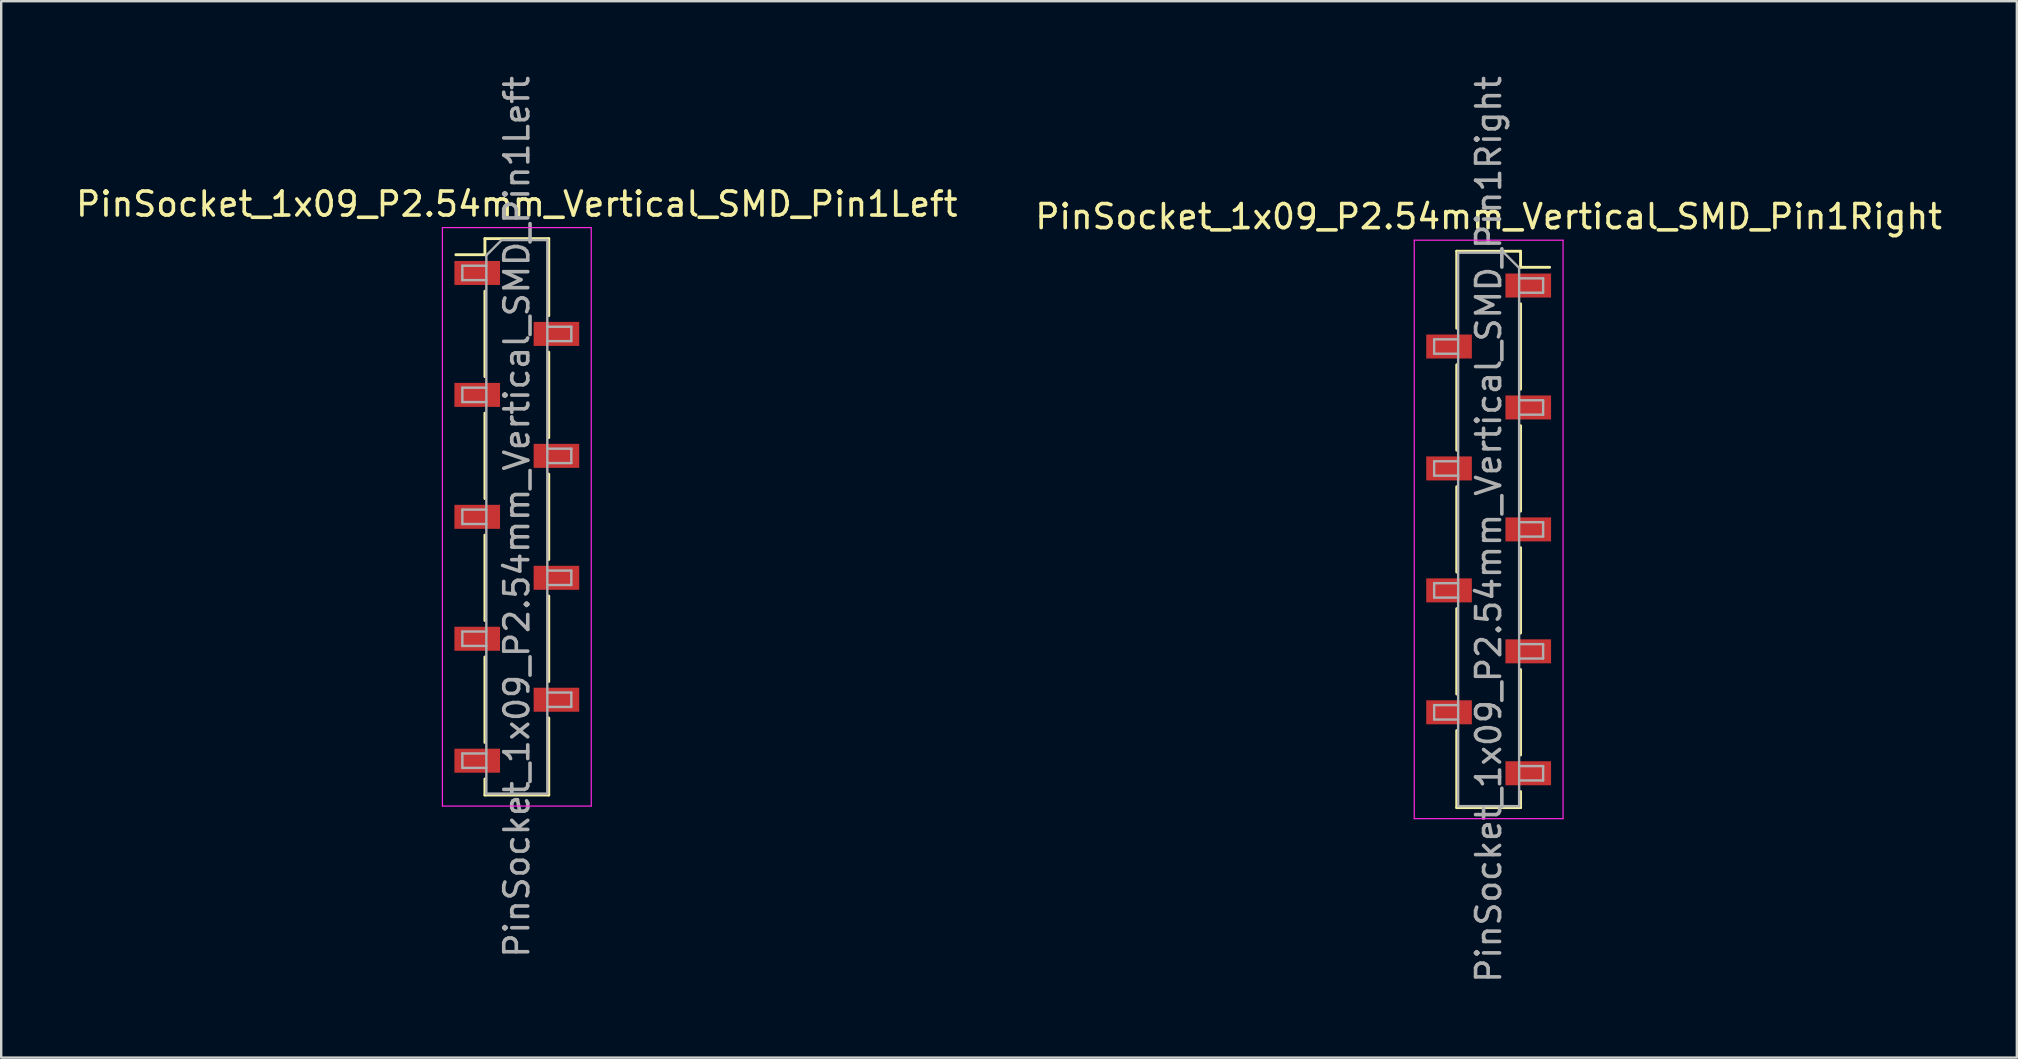
<source format=kicad_pcb>
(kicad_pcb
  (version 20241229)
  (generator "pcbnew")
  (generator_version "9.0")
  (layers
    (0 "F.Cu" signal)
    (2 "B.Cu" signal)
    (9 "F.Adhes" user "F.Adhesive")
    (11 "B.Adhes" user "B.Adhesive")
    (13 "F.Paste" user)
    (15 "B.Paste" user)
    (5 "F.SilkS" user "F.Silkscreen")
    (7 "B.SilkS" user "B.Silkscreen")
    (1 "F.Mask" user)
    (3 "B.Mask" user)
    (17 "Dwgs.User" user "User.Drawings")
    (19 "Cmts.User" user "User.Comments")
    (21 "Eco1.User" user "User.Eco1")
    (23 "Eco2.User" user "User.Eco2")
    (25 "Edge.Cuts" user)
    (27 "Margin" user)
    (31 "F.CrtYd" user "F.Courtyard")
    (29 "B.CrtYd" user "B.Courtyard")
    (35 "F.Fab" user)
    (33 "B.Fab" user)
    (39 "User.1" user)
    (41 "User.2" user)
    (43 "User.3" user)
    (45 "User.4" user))
  (footprint "PinSocket_1x09_P2.54mm_Vertical_SMD_Pin1Left"
    (layer "F.Cu")
    (at 18.482 18.482)
    (property "Reference" "PinSocket_1x09_P2.54mm_Vertical_SMD_Pin1Left" (at 0 -13.03 0) (layer "F.SilkS") (effects (font (size 1 1) (thickness 0.15))))
    (attr smd)
    (fp_line (start -2.54 -10.92) (end -1.33 -10.92) (stroke (width 0.12) (type solid)) (layer "F.SilkS"))
    (fp_line (start -1.33 -11.59) (end -1.33 -10.92) (stroke (width 0.12) (type solid)) (layer "F.SilkS"))
    (fp_line (start -1.33 -11.59) (end 1.33 -11.59) (stroke (width 0.12) (type solid)) (layer "F.SilkS"))
    (fp_line (start -1.33 -9.4) (end -1.33 -5.84) (stroke (width 0.12) (type solid)) (layer "F.SilkS"))
    (fp_line (start -1.33 -4.32) (end -1.33 -0.76) (stroke (width 0.12) (type solid)) (layer "F.SilkS"))
    (fp_line (start -1.33 0.76) (end -1.33 4.32) (stroke (width 0.12) (type solid)) (layer "F.SilkS"))
    (fp_line (start -1.33 5.84) (end -1.33 9.4) (stroke (width 0.12) (type solid)) (layer "F.SilkS"))
    (fp_line (start -1.33 10.92) (end -1.33 11.59) (stroke (width 0.12) (type solid)) (layer "F.SilkS"))
    (fp_line (start -1.33 11.59) (end 1.33 11.59) (stroke (width 0.12) (type solid)) (layer "F.SilkS"))
    (fp_line (start 1.33 -11.59) (end 1.33 -8.38) (stroke (width 0.12) (type solid)) (layer "F.SilkS"))
    (fp_line (start 1.33 -6.86) (end 1.33 -3.3) (stroke (width 0.12) (type solid)) (layer "F.SilkS"))
    (fp_line (start 1.33 -1.78) (end 1.33 1.78) (stroke (width 0.12) (type solid)) (layer "F.SilkS"))
    (fp_line (start 1.33 3.3) (end 1.33 6.86) (stroke (width 0.12) (type solid)) (layer "F.SilkS"))
    (fp_line (start 1.33 8.38) (end 1.33 11.59) (stroke (width 0.12) (type solid)) (layer "F.SilkS"))
    (fp_line (start -3.1 -12.05) (end 3.1 -12.05) (stroke (width 0.05) (type solid)) (layer "F.CrtYd"))
    (fp_line (start -3.1 12.05) (end -3.1 -12.05) (stroke (width 0.05) (type solid)) (layer "F.CrtYd"))
    (fp_line (start 3.1 -12.05) (end 3.1 12.05) (stroke (width 0.05) (type solid)) (layer "F.CrtYd"))
    (fp_line (start 3.1 12.05) (end -3.1 12.05) (stroke (width 0.05) (type solid)) (layer "F.CrtYd"))
    (fp_line (start -2.27 -10.46) (end -1.27 -10.46) (stroke (width 0.1) (type solid)) (layer "F.Fab"))
    (fp_line (start -2.27 -9.86) (end -2.27 -10.46) (stroke (width 0.1) (type solid)) (layer "F.Fab"))
    (fp_line (start -2.27 -5.38) (end -1.27 -5.38) (stroke (width 0.1) (type solid)) (layer "F.Fab"))
    (fp_line (start -2.27 -4.78) (end -2.27 -5.38) (stroke (width 0.1) (type solid)) (layer "F.Fab"))
    (fp_line (start -2.27 -0.3) (end -1.27 -0.3) (stroke (width 0.1) (type solid)) (layer "F.Fab"))
    (fp_line (start -2.27 0.3) (end -2.27 -0.3) (stroke (width 0.1) (type solid)) (layer "F.Fab"))
    (fp_line (start -2.27 4.78) (end -1.27 4.78) (stroke (width 0.1) (type solid)) (layer "F.Fab"))
    (fp_line (start -2.27 5.38) (end -2.27 4.78) (stroke (width 0.1) (type solid)) (layer "F.Fab"))
    (fp_line (start -2.27 9.86) (end -1.27 9.86) (stroke (width 0.1) (type solid)) (layer "F.Fab"))
    (fp_line (start -2.27 10.46) (end -2.27 9.86) (stroke (width 0.1) (type solid)) (layer "F.Fab"))
    (fp_line (start -1.27 -10.895) (end -0.635 -11.53) (stroke (width 0.1) (type solid)) (layer "F.Fab"))
    (fp_line (start -1.27 -9.86) (end -2.27 -9.86) (stroke (width 0.1) (type solid)) (layer "F.Fab"))
    (fp_line (start -1.27 -4.78) (end -2.27 -4.78) (stroke (width 0.1) (type solid)) (layer "F.Fab"))
    (fp_line (start -1.27 0.3) (end -2.27 0.3) (stroke (width 0.1) (type solid)) (layer "F.Fab"))
    (fp_line (start -1.27 5.38) (end -2.27 5.38) (stroke (width 0.1) (type solid)) (layer "F.Fab"))
    (fp_line (start -1.27 10.46) (end -2.27 10.46) (stroke (width 0.1) (type solid)) (layer "F.Fab"))
    (fp_line (start -1.27 11.53) (end -1.27 -10.895) (stroke (width 0.1) (type solid)) (layer "F.Fab"))
    (fp_line (start -0.635 -11.53) (end 1.27 -11.53) (stroke (width 0.1) (type solid)) (layer "F.Fab"))
    (fp_line (start 1.27 -11.53) (end 1.27 11.53) (stroke (width 0.1) (type solid)) (layer "F.Fab"))
    (fp_line (start 1.27 -7.92) (end 2.27 -7.92) (stroke (width 0.1) (type solid)) (layer "F.Fab"))
    (fp_line (start 1.27 -2.84) (end 2.27 -2.84) (stroke (width 0.1) (type solid)) (layer "F.Fab"))
    (fp_line (start 1.27 2.24) (end 2.27 2.24) (stroke (width 0.1) (type solid)) (layer "F.Fab"))
    (fp_line (start 1.27 7.32) (end 2.27 7.32) (stroke (width 0.1) (type solid)) (layer "F.Fab"))
    (fp_line (start 1.27 11.53) (end -1.27 11.53) (stroke (width 0.1) (type solid)) (layer "F.Fab"))
    (fp_line (start 2.27 -7.92) (end 2.27 -7.32) (stroke (width 0.1) (type solid)) (layer "F.Fab"))
    (fp_line (start 2.27 -7.32) (end 1.27 -7.32) (stroke (width 0.1) (type solid)) (layer "F.Fab"))
    (fp_line (start 2.27 -2.84) (end 2.27 -2.24) (stroke (width 0.1) (type solid)) (layer "F.Fab"))
    (fp_line (start 2.27 -2.24) (end 1.27 -2.24) (stroke (width 0.1) (type solid)) (layer "F.Fab"))
    (fp_line (start 2.27 2.24) (end 2.27 2.84) (stroke (width 0.1) (type solid)) (layer "F.Fab"))
    (fp_line (start 2.27 2.84) (end 1.27 2.84) (stroke (width 0.1) (type solid)) (layer "F.Fab"))
    (fp_line (start 2.27 7.32) (end 2.27 7.92) (stroke (width 0.1) (type solid)) (layer "F.Fab"))
    (fp_line (start 2.27 7.92) (end 1.27 7.92) (stroke (width 0.1) (type solid)) (layer "F.Fab"))
    (fp_text user "${REFERENCE}" (at 0 0 90) (layer "F.Fab") (effects (font (size 1 1) (thickness 0.15))))
    (pad "1" smd rect (at -1.65 -10.16) (size 1.9 1) (layers "F.Cu" "F.Mask" "F.Paste"))
    (pad "2" smd rect (at 1.65 -7.62) (size 1.9 1) (layers "F.Cu" "F.Mask" "F.Paste"))
    (pad "3" smd rect (at -1.65 -5.08) (size 1.9 1) (layers "F.Cu" "F.Mask" "F.Paste"))
    (pad "4" smd rect (at 1.65 -2.54) (size 1.9 1) (layers "F.Cu" "F.Mask" "F.Paste"))
    (pad "5" smd rect (at -1.65 0) (size 1.9 1) (layers "F.Cu" "F.Mask" "F.Paste"))
    (pad "6" smd rect (at 1.65 2.54) (size 1.9 1) (layers "F.Cu" "F.Mask" "F.Paste"))
    (pad "7" smd rect (at -1.65 5.08) (size 1.9 1) (layers "F.Cu" "F.Mask" "F.Paste"))
    (pad "8" smd rect (at 1.65 7.62) (size 1.9 1) (layers "F.Cu" "F.Mask" "F.Paste"))
    (pad "9" smd rect (at -1.65 10.16) (size 1.9 1) (layers "F.Cu" "F.Mask" "F.Paste")))
  (footprint "PinSocket_1x09_P2.54mm_Vertical_SMD_Pin1Right"
    (layer "F.Cu")
    (at 58.97 19.006)
    (property "Reference" "PinSocket_1x09_P2.54mm_Vertical_SMD_Pin1Right" (at 0 -13.03 0) (layer "F.SilkS") (effects (font (size 1 1) (thickness 0.15))))
    (attr smd)
    (fp_line (start -1.33 -11.59) (end -1.33 -8.38) (stroke (width 0.12) (type solid)) (layer "F.SilkS"))
    (fp_line (start -1.33 -11.59) (end 1.33 -11.59) (stroke (width 0.12) (type solid)) (layer "F.SilkS"))
    (fp_line (start -1.33 -6.86) (end -1.33 -3.3) (stroke (width 0.12) (type solid)) (layer "F.SilkS"))
    (fp_line (start -1.33 -1.78) (end -1.33 1.78) (stroke (width 0.12) (type solid)) (layer "F.SilkS"))
    (fp_line (start -1.33 3.3) (end -1.33 6.86) (stroke (width 0.12) (type solid)) (layer "F.SilkS"))
    (fp_line (start -1.33 8.38) (end -1.33 11.59) (stroke (width 0.12) (type solid)) (layer "F.SilkS"))
    (fp_line (start -1.33 11.59) (end 1.33 11.59) (stroke (width 0.12) (type solid)) (layer "F.SilkS"))
    (fp_line (start 1.33 -11.59) (end 1.33 -10.92) (stroke (width 0.12) (type solid)) (layer "F.SilkS"))
    (fp_line (start 1.33 -10.92) (end 2.54 -10.92) (stroke (width 0.12) (type solid)) (layer "F.SilkS"))
    (fp_line (start 1.33 -9.4) (end 1.33 -5.84) (stroke (width 0.12) (type solid)) (layer "F.SilkS"))
    (fp_line (start 1.33 -4.32) (end 1.33 -0.76) (stroke (width 0.12) (type solid)) (layer "F.SilkS"))
    (fp_line (start 1.33 0.76) (end 1.33 4.32) (stroke (width 0.12) (type solid)) (layer "F.SilkS"))
    (fp_line (start 1.33 5.84) (end 1.33 9.4) (stroke (width 0.12) (type solid)) (layer "F.SilkS"))
    (fp_line (start 1.33 10.92) (end 1.33 11.59) (stroke (width 0.12) (type solid)) (layer "F.SilkS"))
    (fp_line (start -3.1 -12.05) (end 3.1 -12.05) (stroke (width 0.05) (type solid)) (layer "F.CrtYd"))
    (fp_line (start -3.1 12.05) (end -3.1 -12.05) (stroke (width 0.05) (type solid)) (layer "F.CrtYd"))
    (fp_line (start 3.1 -12.05) (end 3.1 12.05) (stroke (width 0.05) (type solid)) (layer "F.CrtYd"))
    (fp_line (start 3.1 12.05) (end -3.1 12.05) (stroke (width 0.05) (type solid)) (layer "F.CrtYd"))
    (fp_line (start -2.27 -7.92) (end -1.27 -7.92) (stroke (width 0.1) (type solid)) (layer "F.Fab"))
    (fp_line (start -2.27 -7.32) (end -2.27 -7.92) (stroke (width 0.1) (type solid)) (layer "F.Fab"))
    (fp_line (start -2.27 -2.84) (end -1.27 -2.84) (stroke (width 0.1) (type solid)) (layer "F.Fab"))
    (fp_line (start -2.27 -2.24) (end -2.27 -2.84) (stroke (width 0.1) (type solid)) (layer "F.Fab"))
    (fp_line (start -2.27 2.24) (end -1.27 2.24) (stroke (width 0.1) (type solid)) (layer "F.Fab"))
    (fp_line (start -2.27 2.84) (end -2.27 2.24) (stroke (width 0.1) (type solid)) (layer "F.Fab"))
    (fp_line (start -2.27 7.32) (end -1.27 7.32) (stroke (width 0.1) (type solid)) (layer "F.Fab"))
    (fp_line (start -2.27 7.92) (end -2.27 7.32) (stroke (width 0.1) (type solid)) (layer "F.Fab"))
    (fp_line (start -1.27 -11.53) (end 0.635 -11.53) (stroke (width 0.1) (type solid)) (layer "F.Fab"))
    (fp_line (start -1.27 -7.32) (end -2.27 -7.32) (stroke (width 0.1) (type solid)) (layer "F.Fab"))
    (fp_line (start -1.27 -2.24) (end -2.27 -2.24) (stroke (width 0.1) (type solid)) (layer "F.Fab"))
    (fp_line (start -1.27 2.84) (end -2.27 2.84) (stroke (width 0.1) (type solid)) (layer "F.Fab"))
    (fp_line (start -1.27 7.92) (end -2.27 7.92) (stroke (width 0.1) (type solid)) (layer "F.Fab"))
    (fp_line (start -1.27 11.53) (end -1.27 -11.53) (stroke (width 0.1) (type solid)) (layer "F.Fab"))
    (fp_line (start 0.635 -11.53) (end 1.27 -10.895) (stroke (width 0.1) (type solid)) (layer "F.Fab"))
    (fp_line (start 1.27 -10.895) (end 1.27 11.53) (stroke (width 0.1) (type solid)) (layer "F.Fab"))
    (fp_line (start 1.27 -10.46) (end 2.27 -10.46) (stroke (width 0.1) (type solid)) (layer "F.Fab"))
    (fp_line (start 1.27 -5.38) (end 2.27 -5.38) (stroke (width 0.1) (type solid)) (layer "F.Fab"))
    (fp_line (start 1.27 -0.3) (end 2.27 -0.3) (stroke (width 0.1) (type solid)) (layer "F.Fab"))
    (fp_line (start 1.27 4.78) (end 2.27 4.78) (stroke (width 0.1) (type solid)) (layer "F.Fab"))
    (fp_line (start 1.27 9.86) (end 2.27 9.86) (stroke (width 0.1) (type solid)) (layer "F.Fab"))
    (fp_line (start 1.27 11.53) (end -1.27 11.53) (stroke (width 0.1) (type solid)) (layer "F.Fab"))
    (fp_line (start 2.27 -10.46) (end 2.27 -9.86) (stroke (width 0.1) (type solid)) (layer "F.Fab"))
    (fp_line (start 2.27 -9.86) (end 1.27 -9.86) (stroke (width 0.1) (type solid)) (layer "F.Fab"))
    (fp_line (start 2.27 -5.38) (end 2.27 -4.78) (stroke (width 0.1) (type solid)) (layer "F.Fab"))
    (fp_line (start 2.27 -4.78) (end 1.27 -4.78) (stroke (width 0.1) (type solid)) (layer "F.Fab"))
    (fp_line (start 2.27 -0.3) (end 2.27 0.3) (stroke (width 0.1) (type solid)) (layer "F.Fab"))
    (fp_line (start 2.27 0.3) (end 1.27 0.3) (stroke (width 0.1) (type solid)) (layer "F.Fab"))
    (fp_line (start 2.27 4.78) (end 2.27 5.38) (stroke (width 0.1) (type solid)) (layer "F.Fab"))
    (fp_line (start 2.27 5.38) (end 1.27 5.38) (stroke (width 0.1) (type solid)) (layer "F.Fab"))
    (fp_line (start 2.27 9.86) (end 2.27 10.46) (stroke (width 0.1) (type solid)) (layer "F.Fab"))
    (fp_line (start 2.27 10.46) (end 1.27 10.46) (stroke (width 0.1) (type solid)) (layer "F.Fab"))
    (fp_text user "${REFERENCE}" (at 0 0 90) (layer "F.Fab") (effects (font (size 1 1) (thickness 0.15))))
    (pad "1" smd rect (at 1.65 -10.16) (size 1.9 1) (layers "F.Cu" "F.Mask" "F.Paste"))
    (pad "2" smd rect (at -1.65 -7.62) (size 1.9 1) (layers "F.Cu" "F.Mask" "F.Paste"))
    (pad "3" smd rect (at 1.65 -5.08) (size 1.9 1) (layers "F.Cu" "F.Mask" "F.Paste"))
    (pad "4" smd rect (at -1.65 -2.54) (size 1.9 1) (layers "F.Cu" "F.Mask" "F.Paste"))
    (pad "5" smd rect (at 1.65 0) (size 1.9 1) (layers "F.Cu" "F.Mask" "F.Paste"))
    (pad "6" smd rect (at -1.65 2.54) (size 1.9 1) (layers "F.Cu" "F.Mask" "F.Paste"))
    (pad "7" smd rect (at 1.65 5.08) (size 1.9 1) (layers "F.Cu" "F.Mask" "F.Paste"))
    (pad "8" smd rect (at -1.65 7.62) (size 1.9 1) (layers "F.Cu" "F.Mask" "F.Paste"))
    (pad "9" smd rect (at 1.65 10.16) (size 1.9 1) (layers "F.Cu" "F.Mask" "F.Paste")))
  (gr_rect
    (start -3 -3)
    (end 80.976 41.012)
    (stroke (width 0.1) (type default))
    (fill no)
    (layer "Edge.Cuts")))
</source>
